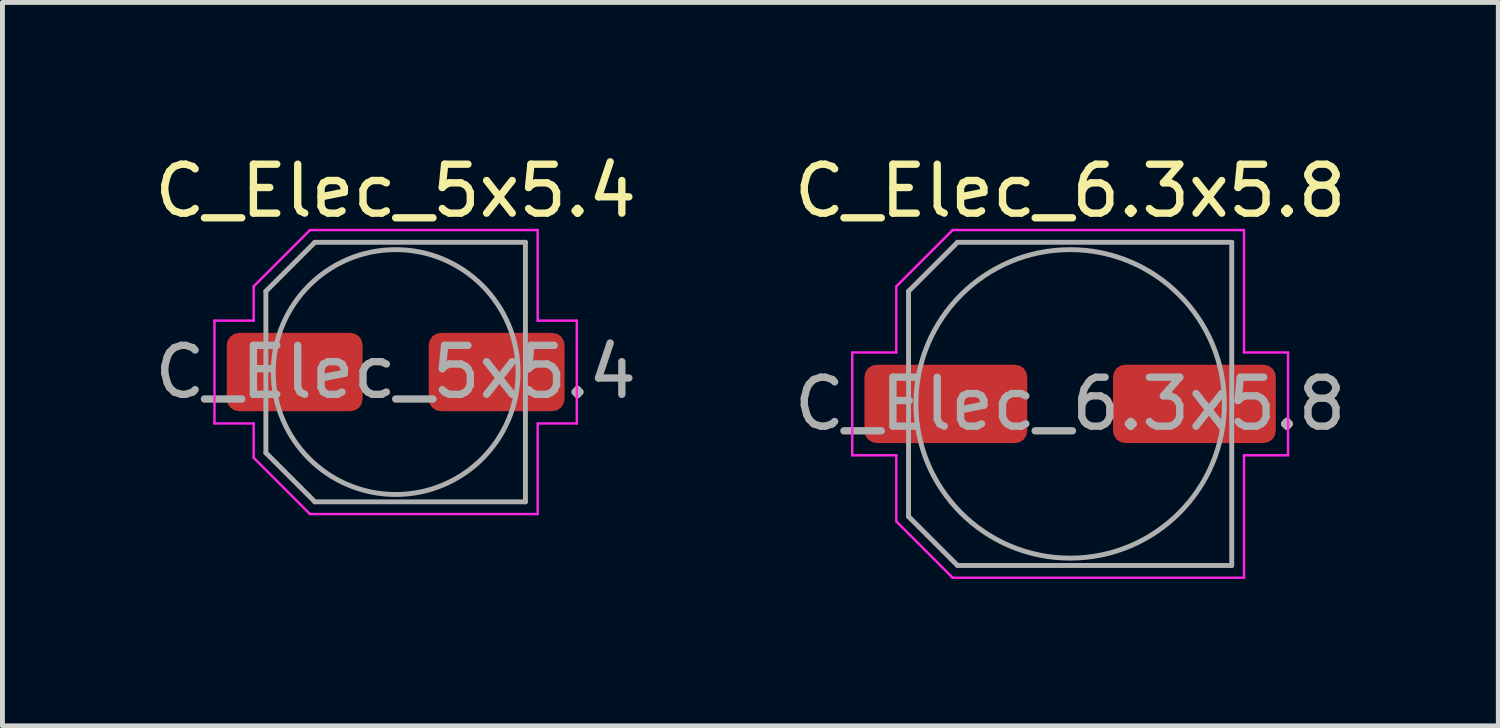
<source format=kicad_pcb>
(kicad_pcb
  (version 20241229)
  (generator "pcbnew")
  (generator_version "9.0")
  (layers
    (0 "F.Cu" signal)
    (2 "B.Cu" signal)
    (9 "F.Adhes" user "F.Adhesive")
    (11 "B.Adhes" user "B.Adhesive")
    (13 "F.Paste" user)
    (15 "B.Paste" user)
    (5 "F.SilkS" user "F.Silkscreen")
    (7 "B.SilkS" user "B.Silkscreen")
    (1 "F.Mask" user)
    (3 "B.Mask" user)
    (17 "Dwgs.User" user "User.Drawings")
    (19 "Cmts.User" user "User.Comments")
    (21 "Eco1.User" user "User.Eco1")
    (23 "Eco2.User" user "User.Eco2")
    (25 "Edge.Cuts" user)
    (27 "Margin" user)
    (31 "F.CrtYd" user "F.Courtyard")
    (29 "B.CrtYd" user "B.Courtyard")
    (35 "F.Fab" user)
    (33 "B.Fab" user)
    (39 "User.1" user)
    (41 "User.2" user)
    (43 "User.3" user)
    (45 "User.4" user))
  (footprint "C_Elec_6.3x5.8"
    (layer "F.Cu")
    (at 18.804 5.198)
    (property "Reference" "C_Elec_6.3x5.8" (at 0 -4.35 0) (layer "F.SilkS") (effects (font (size 1 1) (thickness 0.15))))
    (attr smd)
    (fp_line (start -4.45 -1.05) (end -4.45 1.05) (stroke (width 0.05) (type solid)) (layer "F.CrtYd"))
    (fp_line (start -4.45 1.05) (end -3.55 1.05) (stroke (width 0.05) (type solid)) (layer "F.CrtYd"))
    (fp_line (start -3.55 -2.4) (end -3.55 -1.05) (stroke (width 0.05) (type solid)) (layer "F.CrtYd"))
    (fp_line (start -3.55 -2.4) (end -2.4 -3.55) (stroke (width 0.05) (type solid)) (layer "F.CrtYd"))
    (fp_line (start -3.55 -1.05) (end -4.45 -1.05) (stroke (width 0.05) (type solid)) (layer "F.CrtYd"))
    (fp_line (start -3.55 1.05) (end -3.55 2.4) (stroke (width 0.05) (type solid)) (layer "F.CrtYd"))
    (fp_line (start -3.55 2.4) (end -2.4 3.55) (stroke (width 0.05) (type solid)) (layer "F.CrtYd"))
    (fp_line (start -2.4 -3.55) (end 3.55 -3.55) (stroke (width 0.05) (type solid)) (layer "F.CrtYd"))
    (fp_line (start -2.4 3.55) (end 3.55 3.55) (stroke (width 0.05) (type solid)) (layer "F.CrtYd"))
    (fp_line (start 3.55 -3.55) (end 3.55 -1.05) (stroke (width 0.05) (type solid)) (layer "F.CrtYd"))
    (fp_line (start 3.55 -1.05) (end 4.45 -1.05) (stroke (width 0.05) (type solid)) (layer "F.CrtYd"))
    (fp_line (start 3.55 1.05) (end 3.55 3.55) (stroke (width 0.05) (type solid)) (layer "F.CrtYd"))
    (fp_line (start 4.45 -1.05) (end 4.45 1.05) (stroke (width 0.05) (type solid)) (layer "F.CrtYd"))
    (fp_line (start 4.45 1.05) (end 3.55 1.05) (stroke (width 0.05) (type solid)) (layer "F.CrtYd"))
    (fp_line (start -3.3 -2.3) (end -3.3 2.3) (stroke (width 0.1) (type solid)) (layer "F.Fab"))
    (fp_line (start -3.3 -2.3) (end -2.3 -3.3) (stroke (width 0.1) (type solid)) (layer "F.Fab"))
    (fp_line (start -3.3 2.3) (end -2.3 3.3) (stroke (width 0.1) (type solid)) (layer "F.Fab"))
    (fp_line (start -2.3 -3.3) (end 3.3 -3.3) (stroke (width 0.1) (type solid)) (layer "F.Fab"))
    (fp_line (start -2.3 3.3) (end 3.3 3.3) (stroke (width 0.1) (type solid)) (layer "F.Fab"))
    (fp_line (start 3.3 -3.3) (end 3.3 3.3) (stroke (width 0.1) (type solid)) (layer "F.Fab"))
    (fp_circle (center 0 0) (end 3.15 0) (stroke (width 0.1) (type solid)) (fill no) (layer "F.Fab"))
    (fp_text user "${REFERENCE}" (at 0 0 0) (layer "F.Fab") (effects (font (size 1 1) (thickness 0.15))))
    (pad "1" smd roundrect (at -2.538 0) (size 3.325 1.6) (layers "F.Cu" "F.Mask" "F.Paste") (roundrect_rratio 0.156))
    (pad "2" smd roundrect (at 2.538 0) (size 3.325 1.6) (layers "F.Cu" "F.Mask" "F.Paste") (roundrect_rratio 0.156)))
  (footprint "C_Elec_5x5.4"
    (layer "F.Cu")
    (at 5.03 4.548)
    (property "Reference" "C_Elec_5x5.4" (at 0 -3.7 0) (layer "F.SilkS") (effects (font (size 1 1) (thickness 0.15))))
    (attr smd)
    (fp_line (start -3.7 -1.05) (end -3.7 1.05) (stroke (width 0.05) (type solid)) (layer "F.CrtYd"))
    (fp_line (start -3.7 1.05) (end -2.9 1.05) (stroke (width 0.05) (type solid)) (layer "F.CrtYd"))
    (fp_line (start -2.9 -1.75) (end -2.9 -1.05) (stroke (width 0.05) (type solid)) (layer "F.CrtYd"))
    (fp_line (start -2.9 -1.75) (end -1.75 -2.9) (stroke (width 0.05) (type solid)) (layer "F.CrtYd"))
    (fp_line (start -2.9 -1.05) (end -3.7 -1.05) (stroke (width 0.05) (type solid)) (layer "F.CrtYd"))
    (fp_line (start -2.9 1.05) (end -2.9 1.75) (stroke (width 0.05) (type solid)) (layer "F.CrtYd"))
    (fp_line (start -2.9 1.75) (end -1.75 2.9) (stroke (width 0.05) (type solid)) (layer "F.CrtYd"))
    (fp_line (start -1.75 -2.9) (end 2.9 -2.9) (stroke (width 0.05) (type solid)) (layer "F.CrtYd"))
    (fp_line (start -1.75 2.9) (end 2.9 2.9) (stroke (width 0.05) (type solid)) (layer "F.CrtYd"))
    (fp_line (start 2.9 -2.9) (end 2.9 -1.05) (stroke (width 0.05) (type solid)) (layer "F.CrtYd"))
    (fp_line (start 2.9 -1.05) (end 3.7 -1.05) (stroke (width 0.05) (type solid)) (layer "F.CrtYd"))
    (fp_line (start 2.9 1.05) (end 2.9 2.9) (stroke (width 0.05) (type solid)) (layer "F.CrtYd"))
    (fp_line (start 3.7 -1.05) (end 3.7 1.05) (stroke (width 0.05) (type solid)) (layer "F.CrtYd"))
    (fp_line (start 3.7 1.05) (end 2.9 1.05) (stroke (width 0.05) (type solid)) (layer "F.CrtYd"))
    (fp_line (start -2.65 -1.65) (end -2.65 1.65) (stroke (width 0.1) (type solid)) (layer "F.Fab"))
    (fp_line (start -2.65 -1.65) (end -1.65 -2.65) (stroke (width 0.1) (type solid)) (layer "F.Fab"))
    (fp_line (start -2.65 1.65) (end -1.65 2.65) (stroke (width 0.1) (type solid)) (layer "F.Fab"))
    (fp_line (start -1.65 -2.65) (end 2.65 -2.65) (stroke (width 0.1) (type solid)) (layer "F.Fab"))
    (fp_line (start -1.65 2.65) (end 2.65 2.65) (stroke (width 0.1) (type solid)) (layer "F.Fab"))
    (fp_line (start 2.65 -2.65) (end 2.65 2.65) (stroke (width 0.1) (type solid)) (layer "F.Fab"))
    (fp_circle (center 0 0) (end 2.5 0) (stroke (width 0.1) (type solid)) (fill no) (layer "F.Fab"))
    (fp_text user "${REFERENCE}" (at 0 0 0) (layer "F.Fab") (effects (font (size 1 1) (thickness 0.15))))
    (pad "1" smd roundrect (at -2.062 0) (size 2.775 1.6) (layers "F.Cu" "F.Mask" "F.Paste") (roundrect_rratio 0.156))
    (pad "2" smd roundrect (at 2.062 0) (size 2.775 1.6) (layers "F.Cu" "F.Mask" "F.Paste") (roundrect_rratio 0.156)))
  (gr_rect
    (start -3 -3)
    (end 27.548 11.773)
    (stroke (width 0.1) (type default))
    (fill no)
    (layer "Edge.Cuts")))
</source>
